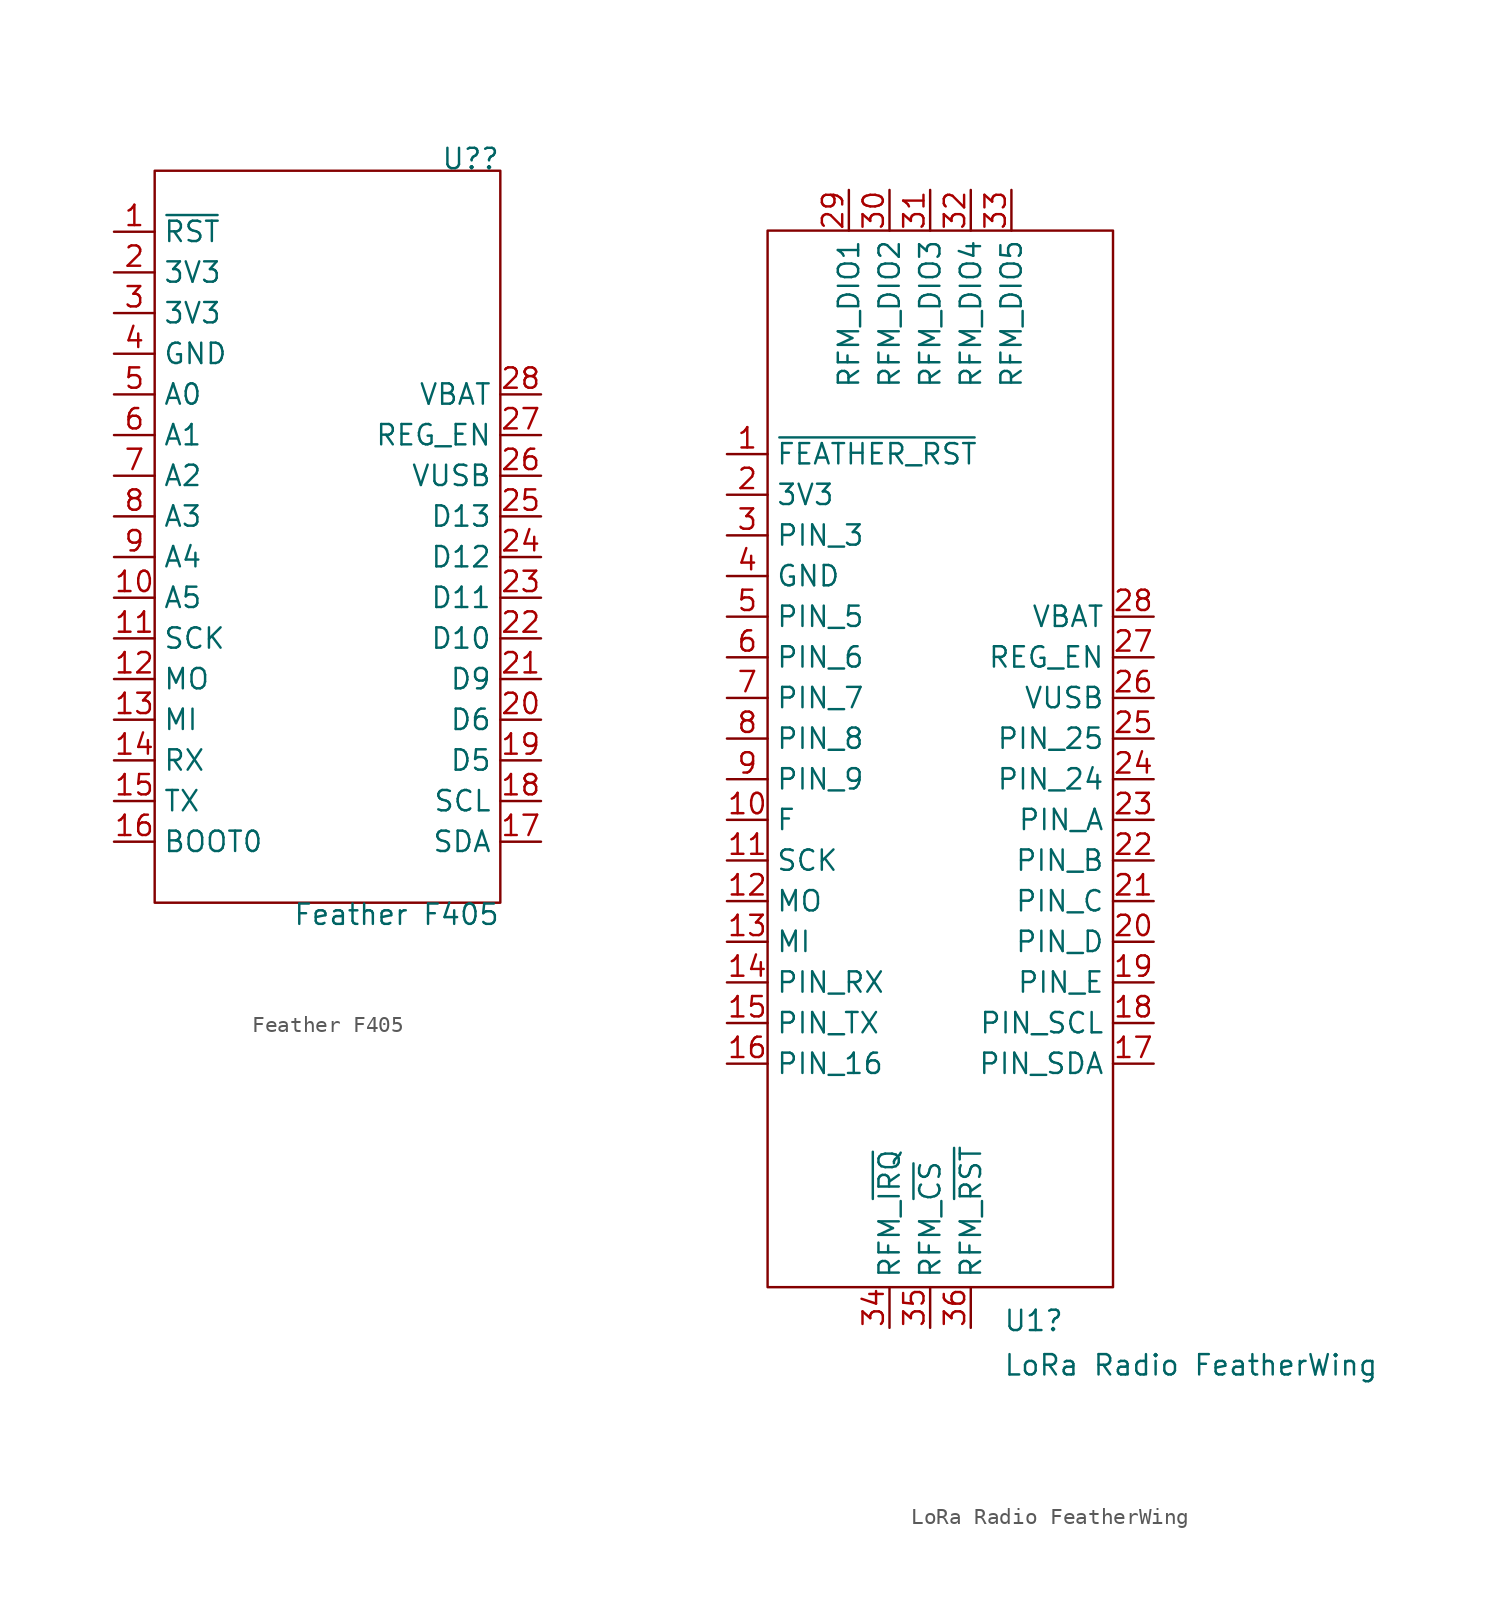
<source format=kicad_sym>
(kicad_symbol_lib
  (version 20211014)
  (generator kicad_symbol_editor)
  (symbol "Feather F405"
    (property "Reference" "U?"
      (at 11.43 22.86 0)
      (effects (font (size 1.27 1.27)) (justify right bottom)))
    (property "Value" "Feather F405"
      (at 11.43 -22.86 0)
      (effects (font (size 1.27 1.27)) (justify right top)))
    (symbol "Feather F405_0_1"
      (rectangle (start -10.16 22.86) (end 11.43 -22.86) (stroke (width 0.152) (type default) (color 0 0 0 0)) (fill (type none))))
    (symbol "Feather F405_1_1"
      (pin input line (at -12.7 19.05 0) (length 2.54) (name "~{RST}" (effects (font (size 1.27 1.27)))) (number "1" (effects (font (size 1.27 1.27)))))
      (pin bidirectional line (at -12.7 -3.81 0) (length 2.54) (name "A5" (effects (font (size 1.27 1.27)))) (number "10" (effects (font (size 1.27 1.27)))))
      (pin bidirectional line (at -12.7 -6.35 0) (length 2.54) (name "SCK" (effects (font (size 1.27 1.27)))) (number "11" (effects (font (size 1.27 1.27)))))
      (pin bidirectional line (at -12.7 -8.89 0) (length 2.54) (name "MO" (effects (font (size 1.27 1.27)))) (number "12" (effects (font (size 1.27 1.27)))))
      (pin bidirectional line (at -12.7 -11.43 0) (length 2.54) (name "MI" (effects (font (size 1.27 1.27)))) (number "13" (effects (font (size 1.27 1.27)))))
      (pin bidirectional line (at -12.7 -13.97 0) (length 2.54) (name "RX" (effects (font (size 1.27 1.27)))) (number "14" (effects (font (size 1.27 1.27)))))
      (pin bidirectional line (at -12.7 -16.51 0) (length 2.54) (name "TX" (effects (font (size 1.27 1.27)))) (number "15" (effects (font (size 1.27 1.27)))))
      (pin input line (at -12.7 -19.05 0) (length 2.54) (name "BOOT0" (effects (font (size 1.27 1.27)))) (number "16" (effects (font (size 1.27 1.27)))))
      (pin bidirectional line (at 13.97 -19.05 180) (length 2.54) (name "SDA" (effects (font (size 1.27 1.27)))) (number "17" (effects (font (size 1.27 1.27)))))
      (pin bidirectional line (at 13.97 -16.51 180) (length 2.54) (name "SCL" (effects (font (size 1.27 1.27)))) (number "18" (effects (font (size 1.27 1.27)))))
      (pin bidirectional line (at 13.97 -13.97 180) (length 2.54) (name "D5" (effects (font (size 1.27 1.27)))) (number "19" (effects (font (size 1.27 1.27)))))
      (pin power_in line (at -12.7 16.51 0) (length 2.54) (name "3V3" (effects (font (size 1.27 1.27)))) (number "2" (effects (font (size 1.27 1.27)))))
      (pin bidirectional line (at 13.97 -11.43 180) (length 2.54) (name "D6" (effects (font (size 1.27 1.27)))) (number "20" (effects (font (size 1.27 1.27)))))
      (pin bidirectional line (at 13.97 -8.89 180) (length 2.54) (name "D9" (effects (font (size 1.27 1.27)))) (number "21" (effects (font (size 1.27 1.27)))))
      (pin bidirectional line (at 13.97 -6.35 180) (length 2.54) (name "D10" (effects (font (size 1.27 1.27)))) (number "22" (effects (font (size 1.27 1.27)))))
      (pin bidirectional line (at 13.97 -3.81 180) (length 2.54) (name "D11" (effects (font (size 1.27 1.27)))) (number "23" (effects (font (size 1.27 1.27)))))
      (pin bidirectional line (at 13.97 -1.27 180) (length 2.54) (name "D12" (effects (font (size 1.27 1.27)))) (number "24" (effects (font (size 1.27 1.27)))))
      (pin bidirectional line (at 13.97 1.27 180) (length 2.54) (name "D13" (effects (font (size 1.27 1.27)))) (number "25" (effects (font (size 1.27 1.27)))))
      (pin power_out line (at 13.97 3.81 180) (length 2.54) (name "VUSB" (effects (font (size 1.27 1.27)))) (number "26" (effects (font (size 1.27 1.27)))))
      (pin input line (at 13.97 6.35 180) (length 2.54) (name "REG_EN" (effects (font (size 1.27 1.27)))) (number "27" (effects (font (size 1.27 1.27)))))
      (pin power_out line (at 13.97 8.89 180) (length 2.54) (name "VBAT" (effects (font (size 1.27 1.27)))) (number "28" (effects (font (size 1.27 1.27)))))
      (pin power_in line (at -12.7 13.97 0) (length 2.54) (name "3V3" (effects (font (size 1.27 1.27)))) (number "3" (effects (font (size 1.27 1.27)))))
      (pin power_in line (at -12.7 11.43 0) (length 2.54) (name "GND" (effects (font (size 1.27 1.27)))) (number "4" (effects (font (size 1.27 1.27)))))
      (pin bidirectional line (at -12.7 8.89 0) (length 2.54) (name "A0" (effects (font (size 1.27 1.27)))) (number "5" (effects (font (size 1.27 1.27)))))
      (pin bidirectional line (at -12.7 6.35 0) (length 2.54) (name "A1" (effects (font (size 1.27 1.27)))) (number "6" (effects (font (size 1.27 1.27)))))
      (pin bidirectional line (at -12.7 3.81 0) (length 2.54) (name "A2" (effects (font (size 1.27 1.27)))) (number "7" (effects (font (size 1.27 1.27)))))
      (pin bidirectional line (at -12.7 1.27 0) (length 2.54) (name "A3" (effects (font (size 1.27 1.27)))) (number "8" (effects (font (size 1.27 1.27)))))
      (pin bidirectional line (at -12.7 -1.27 0) (length 2.54) (name "A4" (effects (font (size 1.27 1.27)))) (number "9" (effects (font (size 1.27 1.27)))))))
  (symbol "LoRa Radio FeatherWing"
    (property "Reference" "U1"
      (at 4.559 -35.119 0)
      (effects (font (size 1.27 1.27)) (justify left)))
    (property "Value" "LoRa Radio FeatherWing"
      (at 4.559 -37.894 0)
      (effects (font (size 1.27 1.27)) (justify left)))
    (symbol "LoRa Radio FeatherWing_0_1"
      (rectangle (start -10.16 33.02) (end 11.43 -33.02) (stroke (width 0.152) (type default) (color 0 0 0 0)) (fill (type none))))
    (symbol "LoRa Radio FeatherWing_1_1"
      (pin input line (at -12.7 19.05 0) (length 2.54) (name "~{FEATHER_RST}" (effects (font (size 1.27 1.27)))) (number "1" (effects (font (size 1.27 1.27)))))
      (pin bidirectional line (at -12.7 -3.81 0) (length 2.54) (name "F" (effects (font (size 1.27 1.27)))) (number "10" (effects (font (size 1.27 1.27)))))
      (pin input line (at -12.7 -6.35 0) (length 2.54) (name "SCK" (effects (font (size 1.27 1.27)))) (number "11" (effects (font (size 1.27 1.27)))))
      (pin input line (at -12.7 -8.89 0) (length 2.54) (name "MO" (effects (font (size 1.27 1.27)))) (number "12" (effects (font (size 1.27 1.27)))))
      (pin output line (at -12.7 -11.43 0) (length 2.54) (name "MI" (effects (font (size 1.27 1.27)))) (number "13" (effects (font (size 1.27 1.27)))))
      (pin bidirectional line (at -12.7 -13.97 0) (length 2.54) (name "PIN_RX" (effects (font (size 1.27 1.27)))) (number "14" (effects (font (size 1.27 1.27)))))
      (pin bidirectional line (at -12.7 -16.51 0) (length 2.54) (name "PIN_TX" (effects (font (size 1.27 1.27)))) (number "15" (effects (font (size 1.27 1.27)))))
      (pin bidirectional line (at -12.7 -19.05 0) (length 2.54) (name "PIN_16" (effects (font (size 1.27 1.27)))) (number "16" (effects (font (size 1.27 1.27)))))
      (pin bidirectional line (at 13.97 -19.05 180) (length 2.54) (name "PIN_SDA" (effects (font (size 1.27 1.27)))) (number "17" (effects (font (size 1.27 1.27)))))
      (pin bidirectional line (at 13.97 -16.51 180) (length 2.54) (name "PIN_SCL" (effects (font (size 1.27 1.27)))) (number "18" (effects (font (size 1.27 1.27)))))
      (pin bidirectional line (at 13.97 -13.97 180) (length 2.54) (name "PIN_E" (effects (font (size 1.27 1.27)))) (number "19" (effects (font (size 1.27 1.27)))))
      (pin power_in line (at -12.7 16.51 0) (length 2.54) (name "3V3" (effects (font (size 1.27 1.27)))) (number "2" (effects (font (size 1.27 1.27)))))
      (pin bidirectional line (at 13.97 -11.43 180) (length 2.54) (name "PIN_D" (effects (font (size 1.27 1.27)))) (number "20" (effects (font (size 1.27 1.27)))))
      (pin bidirectional line (at 13.97 -8.89 180) (length 2.54) (name "PIN_C" (effects (font (size 1.27 1.27)))) (number "21" (effects (font (size 1.27 1.27)))))
      (pin bidirectional line (at 13.97 -6.35 180) (length 2.54) (name "PIN_B" (effects (font (size 1.27 1.27)))) (number "22" (effects (font (size 1.27 1.27)))))
      (pin bidirectional line (at 13.97 -3.81 180) (length 2.54) (name "PIN_A" (effects (font (size 1.27 1.27)))) (number "23" (effects (font (size 1.27 1.27)))))
      (pin bidirectional line (at 13.97 -1.27 180) (length 2.54) (name "PIN_24" (effects (font (size 1.27 1.27)))) (number "24" (effects (font (size 1.27 1.27)))))
      (pin bidirectional line (at 13.97 1.27 180) (length 2.54) (name "PIN_25" (effects (font (size 1.27 1.27)))) (number "25" (effects (font (size 1.27 1.27)))))
      (pin power_out line (at 13.97 3.81 180) (length 2.54) (name "VUSB" (effects (font (size 1.27 1.27)))) (number "26" (effects (font (size 1.27 1.27)))))
      (pin input line (at 13.97 6.35 180) (length 2.54) (name "REG_EN" (effects (font (size 1.27 1.27)))) (number "27" (effects (font (size 1.27 1.27)))))
      (pin power_out line (at 13.97 8.89 180) (length 2.54) (name "VBAT" (effects (font (size 1.27 1.27)))) (number "28" (effects (font (size 1.27 1.27)))))
      (pin bidirectional line (at -5.08 35.56 270) (length 2.54) (name "RFM_DIO1" (effects (font (size 1.27 1.27)))) (number "29" (effects (font (size 1.27 1.27)))))
      (pin bidirectional line (at -12.7 13.97 0) (length 2.54) (name "PIN_3" (effects (font (size 1.27 1.27)))) (number "3" (effects (font (size 1.27 1.27)))))
      (pin bidirectional line (at -2.54 35.56 270) (length 2.54) (name "RFM_DIO2" (effects (font (size 1.27 1.27)))) (number "30" (effects (font (size 1.27 1.27)))))
      (pin bidirectional line (at 0 35.56 270) (length 2.54) (name "RFM_DIO3" (effects (font (size 1.27 1.27)))) (number "31" (effects (font (size 1.27 1.27)))))
      (pin bidirectional line (at 2.54 35.56 270) (length 2.54) (name "RFM_DIO4" (effects (font (size 1.27 1.27)))) (number "32" (effects (font (size 1.27 1.27)))))
      (pin bidirectional line (at 5.08 35.56 270) (length 2.54) (name "RFM_DIO5" (effects (font (size 1.27 1.27)))) (number "33" (effects (font (size 1.27 1.27)))))
      (pin output line (at -2.54 -35.56 90) (length 2.54) (name "RFM_~{IRQ}" (effects (font (size 1.27 1.27)))) (number "34" (effects (font (size 1.27 1.27)))))
      (pin input line (at 0 -35.56 90) (length 2.54) (name "RFM_~{CS}" (effects (font (size 1.27 1.27)))) (number "35" (effects (font (size 1.27 1.27)))))
      (pin input line (at 2.54 -35.56 90) (length 2.54) (name "RFM_~{RST}" (effects (font (size 1.27 1.27)))) (number "36" (effects (font (size 1.27 1.27)))))
      (pin power_in line (at -12.7 11.43 0) (length 2.54) (name "GND" (effects (font (size 1.27 1.27)))) (number "4" (effects (font (size 1.27 1.27)))))
      (pin bidirectional line (at -12.7 8.89 0) (length 2.54) (name "PIN_5" (effects (font (size 1.27 1.27)))) (number "5" (effects (font (size 1.27 1.27)))))
      (pin bidirectional line (at -12.7 6.35 0) (length 2.54) (name "PIN_6" (effects (font (size 1.27 1.27)))) (number "6" (effects (font (size 1.27 1.27)))))
      (pin bidirectional line (at -12.7 3.81 0) (length 2.54) (name "PIN_7" (effects (font (size 1.27 1.27)))) (number "7" (effects (font (size 1.27 1.27)))))
      (pin bidirectional line (at -12.7 1.27 0) (length 2.54) (name "PIN_8" (effects (font (size 1.27 1.27)))) (number "8" (effects (font (size 1.27 1.27)))))
      (pin bidirectional line (at -12.7 -1.27 0) (length 2.54) (name "PIN_9" (effects (font (size 1.27 1.27)))) (number "9" (effects (font (size 1.27 1.27))))))))
</source>
